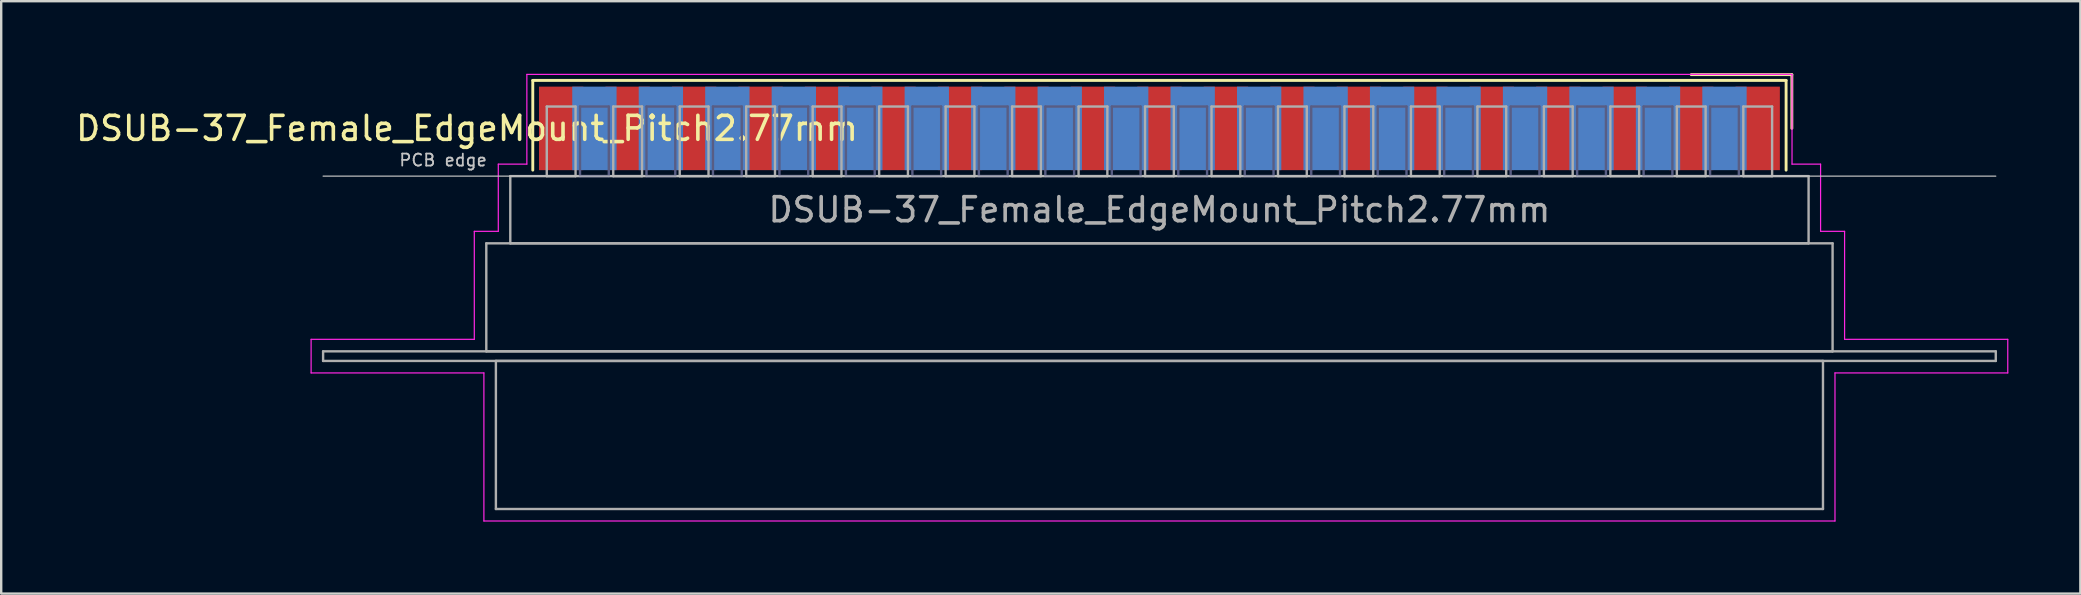
<source format=kicad_pcb>
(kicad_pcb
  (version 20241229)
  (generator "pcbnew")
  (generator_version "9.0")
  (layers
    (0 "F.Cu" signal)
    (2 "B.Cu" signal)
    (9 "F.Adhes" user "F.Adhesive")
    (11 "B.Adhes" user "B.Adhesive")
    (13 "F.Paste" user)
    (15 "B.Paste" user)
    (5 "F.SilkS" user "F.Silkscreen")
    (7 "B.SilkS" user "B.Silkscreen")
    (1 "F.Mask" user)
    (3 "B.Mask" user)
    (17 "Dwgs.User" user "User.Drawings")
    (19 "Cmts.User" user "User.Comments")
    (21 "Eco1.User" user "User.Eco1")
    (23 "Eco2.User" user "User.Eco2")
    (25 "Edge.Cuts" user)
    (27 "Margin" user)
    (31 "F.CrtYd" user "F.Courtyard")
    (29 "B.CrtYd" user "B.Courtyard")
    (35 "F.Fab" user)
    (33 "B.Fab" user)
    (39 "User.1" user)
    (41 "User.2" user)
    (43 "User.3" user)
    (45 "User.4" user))
  (footprint "DSUB-37_Female_EdgeMount_Pitch2.77mm"
    (layer "F.Cu")
    (at 45.264 2.3)
    (property "Reference" "DSUB-37_Female_EdgeMount_Pitch2.77mm" (at -28.853 0 0) (layer "F.SilkS") (effects (font (size 1 1) (thickness 0.15))))
    (attr smd)
    (fp_line (start -26.113 -2) (end -26.113 1.74) (stroke (width 0.12) (type solid)) (layer "F.SilkS"))
    (fp_line (start 26.113 -2) (end -26.113 -2) (stroke (width 0.12) (type solid)) (layer "F.SilkS"))
    (fp_line (start 26.113 1.74) (end 26.113 -2) (stroke (width 0.12) (type solid)) (layer "F.SilkS"))
    (fp_line (start 26.353 -2.24) (end 22.16 -2.24) (stroke (width 0.12) (type solid)) (layer "F.SilkS"))
    (fp_line (start 26.353 0) (end 26.353 -2.24) (stroke (width 0.12) (type solid)) (layer "F.SilkS"))
    (fp_line (start -34.85 1.99) (end 34.85 1.99) (stroke (width 0.05) (type solid)) (layer "Dwgs.User"))
    (fp_line (start -35.35 8.79) (end -28.55 8.79) (stroke (width 0.05) (type solid)) (layer "F.CrtYd"))
    (fp_line (start -35.35 10.19) (end -35.35 8.79) (stroke (width 0.05) (type solid)) (layer "F.CrtYd"))
    (fp_line (start -28.55 4.29) (end -27.55 4.29) (stroke (width 0.05) (type solid)) (layer "F.CrtYd"))
    (fp_line (start -28.55 8.79) (end -28.55 4.29) (stroke (width 0.05) (type solid)) (layer "F.CrtYd"))
    (fp_line (start -28.15 10.19) (end -35.35 10.19) (stroke (width 0.05) (type solid)) (layer "F.CrtYd"))
    (fp_line (start -28.15 16.36) (end -28.15 10.19) (stroke (width 0.05) (type solid)) (layer "F.CrtYd"))
    (fp_line (start -27.55 1.49) (end -26.36 1.49) (stroke (width 0.05) (type solid)) (layer "F.CrtYd"))
    (fp_line (start -27.55 4.29) (end -27.55 1.49) (stroke (width 0.05) (type solid)) (layer "F.CrtYd"))
    (fp_line (start -26.36 -2.25) (end 26.36 -2.25) (stroke (width 0.05) (type solid)) (layer "F.CrtYd"))
    (fp_line (start -26.36 1.49) (end -26.36 -2.25) (stroke (width 0.05) (type solid)) (layer "F.CrtYd"))
    (fp_line (start 26.36 -2.25) (end 26.36 1.49) (stroke (width 0.05) (type solid)) (layer "F.CrtYd"))
    (fp_line (start 26.36 1.49) (end 27.55 1.49) (stroke (width 0.05) (type solid)) (layer "F.CrtYd"))
    (fp_line (start 27.55 1.49) (end 27.55 4.29) (stroke (width 0.05) (type solid)) (layer "F.CrtYd"))
    (fp_line (start 27.55 4.29) (end 28.55 4.29) (stroke (width 0.05) (type solid)) (layer "F.CrtYd"))
    (fp_line (start 28.15 10.19) (end 28.15 16.36) (stroke (width 0.05) (type solid)) (layer "F.CrtYd"))
    (fp_line (start 28.15 16.36) (end -28.15 16.36) (stroke (width 0.05) (type solid)) (layer "F.CrtYd"))
    (fp_line (start 28.55 4.29) (end 28.55 8.79) (stroke (width 0.05) (type solid)) (layer "F.CrtYd"))
    (fp_line (start 28.55 8.79) (end 35.35 8.79) (stroke (width 0.05) (type solid)) (layer "F.CrtYd"))
    (fp_line (start 35.35 8.79) (end 35.35 10.19) (stroke (width 0.05) (type solid)) (layer "F.CrtYd"))
    (fp_line (start 35.35 10.19) (end 28.15 10.19) (stroke (width 0.05) (type solid)) (layer "F.CrtYd"))
    (fp_line (start -24.145 -0.91) (end -24.145 1.99) (stroke (width 0.1) (type solid)) (layer "B.Fab"))
    (fp_line (start -24.145 1.99) (end -22.945 1.99) (stroke (width 0.1) (type solid)) (layer "B.Fab"))
    (fp_line (start -22.945 -0.91) (end -24.145 -0.91) (stroke (width 0.1) (type solid)) (layer "B.Fab"))
    (fp_line (start -22.945 1.99) (end -22.945 -0.91) (stroke (width 0.1) (type solid)) (layer "B.Fab"))
    (fp_line (start -21.375 -0.91) (end -21.375 1.99) (stroke (width 0.1) (type solid)) (layer "B.Fab"))
    (fp_line (start -21.375 1.99) (end -20.175 1.99) (stroke (width 0.1) (type solid)) (layer "B.Fab"))
    (fp_line (start -20.175 -0.91) (end -21.375 -0.91) (stroke (width 0.1) (type solid)) (layer "B.Fab"))
    (fp_line (start -20.175 1.99) (end -20.175 -0.91) (stroke (width 0.1) (type solid)) (layer "B.Fab"))
    (fp_line (start -18.605 -0.91) (end -18.605 1.99) (stroke (width 0.1) (type solid)) (layer "B.Fab"))
    (fp_line (start -18.605 1.99) (end -17.405 1.99) (stroke (width 0.1) (type solid)) (layer "B.Fab"))
    (fp_line (start -17.405 -0.91) (end -18.605 -0.91) (stroke (width 0.1) (type solid)) (layer "B.Fab"))
    (fp_line (start -17.405 1.99) (end -17.405 -0.91) (stroke (width 0.1) (type solid)) (layer "B.Fab"))
    (fp_line (start -15.835 -0.91) (end -15.835 1.99) (stroke (width 0.1) (type solid)) (layer "B.Fab"))
    (fp_line (start -15.835 1.99) (end -14.635 1.99) (stroke (width 0.1) (type solid)) (layer "B.Fab"))
    (fp_line (start -14.635 -0.91) (end -15.835 -0.91) (stroke (width 0.1) (type solid)) (layer "B.Fab"))
    (fp_line (start -14.635 1.99) (end -14.635 -0.91) (stroke (width 0.1) (type solid)) (layer "B.Fab"))
    (fp_line (start -13.065 -0.91) (end -13.065 1.99) (stroke (width 0.1) (type solid)) (layer "B.Fab"))
    (fp_line (start -13.065 1.99) (end -11.865 1.99) (stroke (width 0.1) (type solid)) (layer "B.Fab"))
    (fp_line (start -11.865 -0.91) (end -13.065 -0.91) (stroke (width 0.1) (type solid)) (layer "B.Fab"))
    (fp_line (start -11.865 1.99) (end -11.865 -0.91) (stroke (width 0.1) (type solid)) (layer "B.Fab"))
    (fp_line (start -10.295 -0.91) (end -10.295 1.99) (stroke (width 0.1) (type solid)) (layer "B.Fab"))
    (fp_line (start -10.295 1.99) (end -9.095 1.99) (stroke (width 0.1) (type solid)) (layer "B.Fab"))
    (fp_line (start -9.095 -0.91) (end -10.295 -0.91) (stroke (width 0.1) (type solid)) (layer "B.Fab"))
    (fp_line (start -9.095 1.99) (end -9.095 -0.91) (stroke (width 0.1) (type solid)) (layer "B.Fab"))
    (fp_line (start -7.525 -0.91) (end -7.525 1.99) (stroke (width 0.1) (type solid)) (layer "B.Fab"))
    (fp_line (start -7.525 1.99) (end -6.325 1.99) (stroke (width 0.1) (type solid)) (layer "B.Fab"))
    (fp_line (start -6.325 -0.91) (end -7.525 -0.91) (stroke (width 0.1) (type solid)) (layer "B.Fab"))
    (fp_line (start -6.325 1.99) (end -6.325 -0.91) (stroke (width 0.1) (type solid)) (layer "B.Fab"))
    (fp_line (start -4.755 -0.91) (end -4.755 1.99) (stroke (width 0.1) (type solid)) (layer "B.Fab"))
    (fp_line (start -4.755 1.99) (end -3.555 1.99) (stroke (width 0.1) (type solid)) (layer "B.Fab"))
    (fp_line (start -3.555 -0.91) (end -4.755 -0.91) (stroke (width 0.1) (type solid)) (layer "B.Fab"))
    (fp_line (start -3.555 1.99) (end -3.555 -0.91) (stroke (width 0.1) (type solid)) (layer "B.Fab"))
    (fp_line (start -1.985 -0.91) (end -1.985 1.99) (stroke (width 0.1) (type solid)) (layer "B.Fab"))
    (fp_line (start -1.985 1.99) (end -0.785 1.99) (stroke (width 0.1) (type solid)) (layer "B.Fab"))
    (fp_line (start -0.785 -0.91) (end -1.985 -0.91) (stroke (width 0.1) (type solid)) (layer "B.Fab"))
    (fp_line (start -0.785 1.99) (end -0.785 -0.91) (stroke (width 0.1) (type solid)) (layer "B.Fab"))
    (fp_line (start 0.785 -0.91) (end 0.785 1.99) (stroke (width 0.1) (type solid)) (layer "B.Fab"))
    (fp_line (start 0.785 1.99) (end 1.985 1.99) (stroke (width 0.1) (type solid)) (layer "B.Fab"))
    (fp_line (start 1.985 -0.91) (end 0.785 -0.91) (stroke (width 0.1) (type solid)) (layer "B.Fab"))
    (fp_line (start 1.985 1.99) (end 1.985 -0.91) (stroke (width 0.1) (type solid)) (layer "B.Fab"))
    (fp_line (start 3.555 -0.91) (end 3.555 1.99) (stroke (width 0.1) (type solid)) (layer "B.Fab"))
    (fp_line (start 3.555 1.99) (end 4.755 1.99) (stroke (width 0.1) (type solid)) (layer "B.Fab"))
    (fp_line (start 4.755 -0.91) (end 3.555 -0.91) (stroke (width 0.1) (type solid)) (layer "B.Fab"))
    (fp_line (start 4.755 1.99) (end 4.755 -0.91) (stroke (width 0.1) (type solid)) (layer "B.Fab"))
    (fp_line (start 6.325 -0.91) (end 6.325 1.99) (stroke (width 0.1) (type solid)) (layer "B.Fab"))
    (fp_line (start 6.325 1.99) (end 7.525 1.99) (stroke (width 0.1) (type solid)) (layer "B.Fab"))
    (fp_line (start 7.525 -0.91) (end 6.325 -0.91) (stroke (width 0.1) (type solid)) (layer "B.Fab"))
    (fp_line (start 7.525 1.99) (end 7.525 -0.91) (stroke (width 0.1) (type solid)) (layer "B.Fab"))
    (fp_line (start 9.095 -0.91) (end 9.095 1.99) (stroke (width 0.1) (type solid)) (layer "B.Fab"))
    (fp_line (start 9.095 1.99) (end 10.295 1.99) (stroke (width 0.1) (type solid)) (layer "B.Fab"))
    (fp_line (start 10.295 -0.91) (end 9.095 -0.91) (stroke (width 0.1) (type solid)) (layer "B.Fab"))
    (fp_line (start 10.295 1.99) (end 10.295 -0.91) (stroke (width 0.1) (type solid)) (layer "B.Fab"))
    (fp_line (start 11.865 -0.91) (end 11.865 1.99) (stroke (width 0.1) (type solid)) (layer "B.Fab"))
    (fp_line (start 11.865 1.99) (end 13.065 1.99) (stroke (width 0.1) (type solid)) (layer "B.Fab"))
    (fp_line (start 13.065 -0.91) (end 11.865 -0.91) (stroke (width 0.1) (type solid)) (layer "B.Fab"))
    (fp_line (start 13.065 1.99) (end 13.065 -0.91) (stroke (width 0.1) (type solid)) (layer "B.Fab"))
    (fp_line (start 14.635 -0.91) (end 14.635 1.99) (stroke (width 0.1) (type solid)) (layer "B.Fab"))
    (fp_line (start 14.635 1.99) (end 15.835 1.99) (stroke (width 0.1) (type solid)) (layer "B.Fab"))
    (fp_line (start 15.835 -0.91) (end 14.635 -0.91) (stroke (width 0.1) (type solid)) (layer "B.Fab"))
    (fp_line (start 15.835 1.99) (end 15.835 -0.91) (stroke (width 0.1) (type solid)) (layer "B.Fab"))
    (fp_line (start 17.405 -0.91) (end 17.405 1.99) (stroke (width 0.1) (type solid)) (layer "B.Fab"))
    (fp_line (start 17.405 1.99) (end 18.605 1.99) (stroke (width 0.1) (type solid)) (layer "B.Fab"))
    (fp_line (start 18.605 -0.91) (end 17.405 -0.91) (stroke (width 0.1) (type solid)) (layer "B.Fab"))
    (fp_line (start 18.605 1.99) (end 18.605 -0.91) (stroke (width 0.1) (type solid)) (layer "B.Fab"))
    (fp_line (start 20.175 -0.91) (end 20.175 1.99) (stroke (width 0.1) (type solid)) (layer "B.Fab"))
    (fp_line (start 20.175 1.99) (end 21.375 1.99) (stroke (width 0.1) (type solid)) (layer "B.Fab"))
    (fp_line (start 21.375 -0.91) (end 20.175 -0.91) (stroke (width 0.1) (type solid)) (layer "B.Fab"))
    (fp_line (start 21.375 1.99) (end 21.375 -0.91) (stroke (width 0.1) (type solid)) (layer "B.Fab"))
    (fp_line (start 22.945 -0.91) (end 22.945 1.99) (stroke (width 0.1) (type solid)) (layer "B.Fab"))
    (fp_line (start 22.945 1.99) (end 24.145 1.99) (stroke (width 0.1) (type solid)) (layer "B.Fab"))
    (fp_line (start 24.145 -0.91) (end 22.945 -0.91) (stroke (width 0.1) (type solid)) (layer "B.Fab"))
    (fp_line (start 24.145 1.99) (end 24.145 -0.91) (stroke (width 0.1) (type solid)) (layer "B.Fab"))
    (fp_line (start -34.85 9.29) (end -34.85 9.69) (stroke (width 0.1) (type solid)) (layer "F.Fab"))
    (fp_line (start -34.85 9.69) (end 34.85 9.69) (stroke (width 0.1) (type solid)) (layer "F.Fab"))
    (fp_line (start -28.05 4.79) (end -28.05 9.29) (stroke (width 0.1) (type solid)) (layer "F.Fab"))
    (fp_line (start -28.05 9.29) (end 28.05 9.29) (stroke (width 0.1) (type solid)) (layer "F.Fab"))
    (fp_line (start -27.65 9.69) (end -27.65 15.86) (stroke (width 0.1) (type solid)) (layer "F.Fab"))
    (fp_line (start -27.65 15.86) (end 27.65 15.86) (stroke (width 0.1) (type solid)) (layer "F.Fab"))
    (fp_line (start -27.05 1.99) (end -27.05 4.79) (stroke (width 0.1) (type solid)) (layer "F.Fab"))
    (fp_line (start -27.05 4.79) (end 27.05 4.79) (stroke (width 0.1) (type solid)) (layer "F.Fab"))
    (fp_line (start -25.53 -0.91) (end -25.53 1.99) (stroke (width 0.1) (type solid)) (layer "F.Fab"))
    (fp_line (start -25.53 1.99) (end -24.33 1.99) (stroke (width 0.1) (type solid)) (layer "F.Fab"))
    (fp_line (start -24.33 -0.91) (end -25.53 -0.91) (stroke (width 0.1) (type solid)) (layer "F.Fab"))
    (fp_line (start -24.33 1.99) (end -24.33 -0.91) (stroke (width 0.1) (type solid)) (layer "F.Fab"))
    (fp_line (start -22.76 -0.91) (end -22.76 1.99) (stroke (width 0.1) (type solid)) (layer "F.Fab"))
    (fp_line (start -22.76 1.99) (end -21.56 1.99) (stroke (width 0.1) (type solid)) (layer "F.Fab"))
    (fp_line (start -21.56 -0.91) (end -22.76 -0.91) (stroke (width 0.1) (type solid)) (layer "F.Fab"))
    (fp_line (start -21.56 1.99) (end -21.56 -0.91) (stroke (width 0.1) (type solid)) (layer "F.Fab"))
    (fp_line (start -19.99 -0.91) (end -19.99 1.99) (stroke (width 0.1) (type solid)) (layer "F.Fab"))
    (fp_line (start -19.99 1.99) (end -18.79 1.99) (stroke (width 0.1) (type solid)) (layer "F.Fab"))
    (fp_line (start -18.79 -0.91) (end -19.99 -0.91) (stroke (width 0.1) (type solid)) (layer "F.Fab"))
    (fp_line (start -18.79 1.99) (end -18.79 -0.91) (stroke (width 0.1) (type solid)) (layer "F.Fab"))
    (fp_line (start -17.22 -0.91) (end -17.22 1.99) (stroke (width 0.1) (type solid)) (layer "F.Fab"))
    (fp_line (start -17.22 1.99) (end -16.02 1.99) (stroke (width 0.1) (type solid)) (layer "F.Fab"))
    (fp_line (start -16.02 -0.91) (end -17.22 -0.91) (stroke (width 0.1) (type solid)) (layer "F.Fab"))
    (fp_line (start -16.02 1.99) (end -16.02 -0.91) (stroke (width 0.1) (type solid)) (layer "F.Fab"))
    (fp_line (start -14.45 -0.91) (end -14.45 1.99) (stroke (width 0.1) (type solid)) (layer "F.Fab"))
    (fp_line (start -14.45 1.99) (end -13.25 1.99) (stroke (width 0.1) (type solid)) (layer "F.Fab"))
    (fp_line (start -13.25 -0.91) (end -14.45 -0.91) (stroke (width 0.1) (type solid)) (layer "F.Fab"))
    (fp_line (start -13.25 1.99) (end -13.25 -0.91) (stroke (width 0.1) (type solid)) (layer "F.Fab"))
    (fp_line (start -11.68 -0.91) (end -11.68 1.99) (stroke (width 0.1) (type solid)) (layer "F.Fab"))
    (fp_line (start -11.68 1.99) (end -10.48 1.99) (stroke (width 0.1) (type solid)) (layer "F.Fab"))
    (fp_line (start -10.48 -0.91) (end -11.68 -0.91) (stroke (width 0.1) (type solid)) (layer "F.Fab"))
    (fp_line (start -10.48 1.99) (end -10.48 -0.91) (stroke (width 0.1) (type solid)) (layer "F.Fab"))
    (fp_line (start -8.91 -0.91) (end -8.91 1.99) (stroke (width 0.1) (type solid)) (layer "F.Fab"))
    (fp_line (start -8.91 1.99) (end -7.71 1.99) (stroke (width 0.1) (type solid)) (layer "F.Fab"))
    (fp_line (start -7.71 -0.91) (end -8.91 -0.91) (stroke (width 0.1) (type solid)) (layer "F.Fab"))
    (fp_line (start -7.71 1.99) (end -7.71 -0.91) (stroke (width 0.1) (type solid)) (layer "F.Fab"))
    (fp_line (start -6.14 -0.91) (end -6.14 1.99) (stroke (width 0.1) (type solid)) (layer "F.Fab"))
    (fp_line (start -6.14 1.99) (end -4.94 1.99) (stroke (width 0.1) (type solid)) (layer "F.Fab"))
    (fp_line (start -4.94 -0.91) (end -6.14 -0.91) (stroke (width 0.1) (type solid)) (layer "F.Fab"))
    (fp_line (start -4.94 1.99) (end -4.94 -0.91) (stroke (width 0.1) (type solid)) (layer "F.Fab"))
    (fp_line (start -3.37 -0.91) (end -3.37 1.99) (stroke (width 0.1) (type solid)) (layer "F.Fab"))
    (fp_line (start -3.37 1.99) (end -2.17 1.99) (stroke (width 0.1) (type solid)) (layer "F.Fab"))
    (fp_line (start -2.17 -0.91) (end -3.37 -0.91) (stroke (width 0.1) (type solid)) (layer "F.Fab"))
    (fp_line (start -2.17 1.99) (end -2.17 -0.91) (stroke (width 0.1) (type solid)) (layer "F.Fab"))
    (fp_line (start -0.6 -0.91) (end -0.6 1.99) (stroke (width 0.1) (type solid)) (layer "F.Fab"))
    (fp_line (start -0.6 1.99) (end 0.6 1.99) (stroke (width 0.1) (type solid)) (layer "F.Fab"))
    (fp_line (start 0.6 -0.91) (end -0.6 -0.91) (stroke (width 0.1) (type solid)) (layer "F.Fab"))
    (fp_line (start 0.6 1.99) (end 0.6 -0.91) (stroke (width 0.1) (type solid)) (layer "F.Fab"))
    (fp_line (start 2.17 -0.91) (end 2.17 1.99) (stroke (width 0.1) (type solid)) (layer "F.Fab"))
    (fp_line (start 2.17 1.99) (end 3.37 1.99) (stroke (width 0.1) (type solid)) (layer "F.Fab"))
    (fp_line (start 3.37 -0.91) (end 2.17 -0.91) (stroke (width 0.1) (type solid)) (layer "F.Fab"))
    (fp_line (start 3.37 1.99) (end 3.37 -0.91) (stroke (width 0.1) (type solid)) (layer "F.Fab"))
    (fp_line (start 4.94 -0.91) (end 4.94 1.99) (stroke (width 0.1) (type solid)) (layer "F.Fab"))
    (fp_line (start 4.94 1.99) (end 6.14 1.99) (stroke (width 0.1) (type solid)) (layer "F.Fab"))
    (fp_line (start 6.14 -0.91) (end 4.94 -0.91) (stroke (width 0.1) (type solid)) (layer "F.Fab"))
    (fp_line (start 6.14 1.99) (end 6.14 -0.91) (stroke (width 0.1) (type solid)) (layer "F.Fab"))
    (fp_line (start 7.71 -0.91) (end 7.71 1.99) (stroke (width 0.1) (type solid)) (layer "F.Fab"))
    (fp_line (start 7.71 1.99) (end 8.91 1.99) (stroke (width 0.1) (type solid)) (layer "F.Fab"))
    (fp_line (start 8.91 -0.91) (end 7.71 -0.91) (stroke (width 0.1) (type solid)) (layer "F.Fab"))
    (fp_line (start 8.91 1.99) (end 8.91 -0.91) (stroke (width 0.1) (type solid)) (layer "F.Fab"))
    (fp_line (start 10.48 -0.91) (end 10.48 1.99) (stroke (width 0.1) (type solid)) (layer "F.Fab"))
    (fp_line (start 10.48 1.99) (end 11.68 1.99) (stroke (width 0.1) (type solid)) (layer "F.Fab"))
    (fp_line (start 11.68 -0.91) (end 10.48 -0.91) (stroke (width 0.1) (type solid)) (layer "F.Fab"))
    (fp_line (start 11.68 1.99) (end 11.68 -0.91) (stroke (width 0.1) (type solid)) (layer "F.Fab"))
    (fp_line (start 13.25 -0.91) (end 13.25 1.99) (stroke (width 0.1) (type solid)) (layer "F.Fab"))
    (fp_line (start 13.25 1.99) (end 14.45 1.99) (stroke (width 0.1) (type solid)) (layer "F.Fab"))
    (fp_line (start 14.45 -0.91) (end 13.25 -0.91) (stroke (width 0.1) (type solid)) (layer "F.Fab"))
    (fp_line (start 14.45 1.99) (end 14.45 -0.91) (stroke (width 0.1) (type solid)) (layer "F.Fab"))
    (fp_line (start 16.02 -0.91) (end 16.02 1.99) (stroke (width 0.1) (type solid)) (layer "F.Fab"))
    (fp_line (start 16.02 1.99) (end 17.22 1.99) (stroke (width 0.1) (type solid)) (layer "F.Fab"))
    (fp_line (start 17.22 -0.91) (end 16.02 -0.91) (stroke (width 0.1) (type solid)) (layer "F.Fab"))
    (fp_line (start 17.22 1.99) (end 17.22 -0.91) (stroke (width 0.1) (type solid)) (layer "F.Fab"))
    (fp_line (start 18.79 -0.91) (end 18.79 1.99) (stroke (width 0.1) (type solid)) (layer "F.Fab"))
    (fp_line (start 18.79 1.99) (end 19.99 1.99) (stroke (width 0.1) (type solid)) (layer "F.Fab"))
    (fp_line (start 19.99 -0.91) (end 18.79 -0.91) (stroke (width 0.1) (type solid)) (layer "F.Fab"))
    (fp_line (start 19.99 1.99) (end 19.99 -0.91) (stroke (width 0.1) (type solid)) (layer "F.Fab"))
    (fp_line (start 21.56 -0.91) (end 21.56 1.99) (stroke (width 0.1) (type solid)) (layer "F.Fab"))
    (fp_line (start 21.56 1.99) (end 22.76 1.99) (stroke (width 0.1) (type solid)) (layer "F.Fab"))
    (fp_line (start 22.76 -0.91) (end 21.56 -0.91) (stroke (width 0.1) (type solid)) (layer "F.Fab"))
    (fp_line (start 22.76 1.99) (end 22.76 -0.91) (stroke (width 0.1) (type solid)) (layer "F.Fab"))
    (fp_line (start 24.33 -0.91) (end 24.33 1.99) (stroke (width 0.1) (type solid)) (layer "F.Fab"))
    (fp_line (start 24.33 1.99) (end 25.53 1.99) (stroke (width 0.1) (type solid)) (layer "F.Fab"))
    (fp_line (start 25.53 -0.91) (end 24.33 -0.91) (stroke (width 0.1) (type solid)) (layer "F.Fab"))
    (fp_line (start 25.53 1.99) (end 25.53 -0.91) (stroke (width 0.1) (type solid)) (layer "F.Fab"))
    (fp_line (start 27.05 1.99) (end -27.05 1.99) (stroke (width 0.1) (type solid)) (layer "F.Fab"))
    (fp_line (start 27.05 4.79) (end 27.05 1.99) (stroke (width 0.1) (type solid)) (layer "F.Fab"))
    (fp_line (start 27.65 9.69) (end -27.65 9.69) (stroke (width 0.1) (type solid)) (layer "F.Fab"))
    (fp_line (start 27.65 15.86) (end 27.65 9.69) (stroke (width 0.1) (type solid)) (layer "F.Fab"))
    (fp_line (start 28.05 4.79) (end -28.05 4.79) (stroke (width 0.1) (type solid)) (layer "F.Fab"))
    (fp_line (start 28.05 9.29) (end 28.05 4.79) (stroke (width 0.1) (type solid)) (layer "F.Fab"))
    (fp_line (start 34.85 9.29) (end -34.85 9.29) (stroke (width 0.1) (type solid)) (layer "F.Fab"))
    (fp_line (start 34.85 9.69) (end 34.85 9.29) (stroke (width 0.1) (type solid)) (layer "F.Fab"))
    (fp_text user "PCB edge" (at -29.85 1.323 0) (layer "Dwgs.User") (effects (font (size 0.5 0.5) (thickness 0.075))))
    (fp_text user "${REFERENCE}" (at 0 3.39 0) (layer "F.Fab") (effects (font (size 1 1) (thickness 0.15))))
    (pad "1" smd rect (at 24.93 0) (size 1.847 3.48) (layers "F.Cu" "F.Mask" "F.Paste"))
    (pad "2" smd rect (at 22.16 0) (size 1.847 3.48) (layers "F.Cu" "F.Mask" "F.Paste"))
    (pad "3" smd rect (at 19.39 0) (size 1.847 3.48) (layers "F.Cu" "F.Mask" "F.Paste"))
    (pad "4" smd rect (at 16.62 0) (size 1.847 3.48) (layers "F.Cu" "F.Mask" "F.Paste"))
    (pad "5" smd rect (at 13.85 0) (size 1.847 3.48) (layers "F.Cu" "F.Mask" "F.Paste"))
    (pad "6" smd rect (at 11.08 0) (size 1.847 3.48) (layers "F.Cu" "F.Mask" "F.Paste"))
    (pad "7" smd rect (at 8.31 0) (size 1.847 3.48) (layers "F.Cu" "F.Mask" "F.Paste"))
    (pad "8" smd rect (at 5.54 0) (size 1.847 3.48) (layers "F.Cu" "F.Mask" "F.Paste"))
    (pad "9" smd rect (at 2.77 0) (size 1.847 3.48) (layers "F.Cu" "F.Mask" "F.Paste"))
    (pad "10" smd rect (at 0 0) (size 1.847 3.48) (layers "F.Cu" "F.Mask" "F.Paste"))
    (pad "11" smd rect (at -2.77 0) (size 1.847 3.48) (layers "F.Cu" "F.Mask" "F.Paste"))
    (pad "12" smd rect (at -5.54 0) (size 1.847 3.48) (layers "F.Cu" "F.Mask" "F.Paste"))
    (pad "13" smd rect (at -8.31 0) (size 1.847 3.48) (layers "F.Cu" "F.Mask" "F.Paste"))
    (pad "14" smd rect (at -11.08 0) (size 1.847 3.48) (layers "F.Cu" "F.Mask" "F.Paste"))
    (pad "15" smd rect (at -13.85 0) (size 1.847 3.48) (layers "F.Cu" "F.Mask" "F.Paste"))
    (pad "16" smd rect (at -16.62 0) (size 1.847 3.48) (layers "F.Cu" "F.Mask" "F.Paste"))
    (pad "17" smd rect (at -19.39 0) (size 1.847 3.48) (layers "F.Cu" "F.Mask" "F.Paste"))
    (pad "18" smd rect (at -22.16 0) (size 1.847 3.48) (layers "F.Cu" "F.Mask" "F.Paste"))
    (pad "19" smd rect (at -24.93 0) (size 1.847 3.48) (layers "F.Cu" "F.Mask" "F.Paste"))
    (pad "20" smd rect (at 23.545 0) (size 1.847 3.48) (layers "B.Cu" "B.Mask" "B.Paste"))
    (pad "21" smd rect (at 20.775 0) (size 1.847 3.48) (layers "B.Cu" "B.Mask" "B.Paste"))
    (pad "22" smd rect (at 18.005 0) (size 1.847 3.48) (layers "B.Cu" "B.Mask" "B.Paste"))
    (pad "23" smd rect (at 15.235 0) (size 1.847 3.48) (layers "B.Cu" "B.Mask" "B.Paste"))
    (pad "24" smd rect (at 12.465 0) (size 1.847 3.48) (layers "B.Cu" "B.Mask" "B.Paste"))
    (pad "25" smd rect (at 9.695 0) (size 1.847 3.48) (layers "B.Cu" "B.Mask" "B.Paste"))
    (pad "26" smd rect (at 6.925 0) (size 1.847 3.48) (layers "B.Cu" "B.Mask" "B.Paste"))
    (pad "27" smd rect (at 4.155 0) (size 1.847 3.48) (layers "B.Cu" "B.Mask" "B.Paste"))
    (pad "28" smd rect (at 1.385 0) (size 1.847 3.48) (layers "B.Cu" "B.Mask" "B.Paste"))
    (pad "29" smd rect (at -1.385 0) (size 1.847 3.48) (layers "B.Cu" "B.Mask" "B.Paste"))
    (pad "30" smd rect (at -4.155 0) (size 1.847 3.48) (layers "B.Cu" "B.Mask" "B.Paste"))
    (pad "31" smd rect (at -6.925 0) (size 1.847 3.48) (layers "B.Cu" "B.Mask" "B.Paste"))
    (pad "32" smd rect (at -9.695 0) (size 1.847 3.48) (layers "B.Cu" "B.Mask" "B.Paste"))
    (pad "33" smd rect (at -12.465 0) (size 1.847 3.48) (layers "B.Cu" "B.Mask" "B.Paste"))
    (pad "34" smd rect (at -15.235 0) (size 1.847 3.48) (layers "B.Cu" "B.Mask" "B.Paste"))
    (pad "35" smd rect (at -18.005 0) (size 1.847 3.48) (layers "B.Cu" "B.Mask" "B.Paste"))
    (pad "36" smd rect (at -20.775 0) (size 1.847 3.48) (layers "B.Cu" "B.Mask" "B.Paste"))
    (pad "37" smd rect (at -23.545 0) (size 1.847 3.48) (layers "B.Cu" "B.Mask" "B.Paste")))
  (gr_rect
    (start -3 -3)
    (end 83.639 21.685)
    (stroke (width 0.1) (type default))
    (fill no)
    (layer "Edge.Cuts")))
</source>
